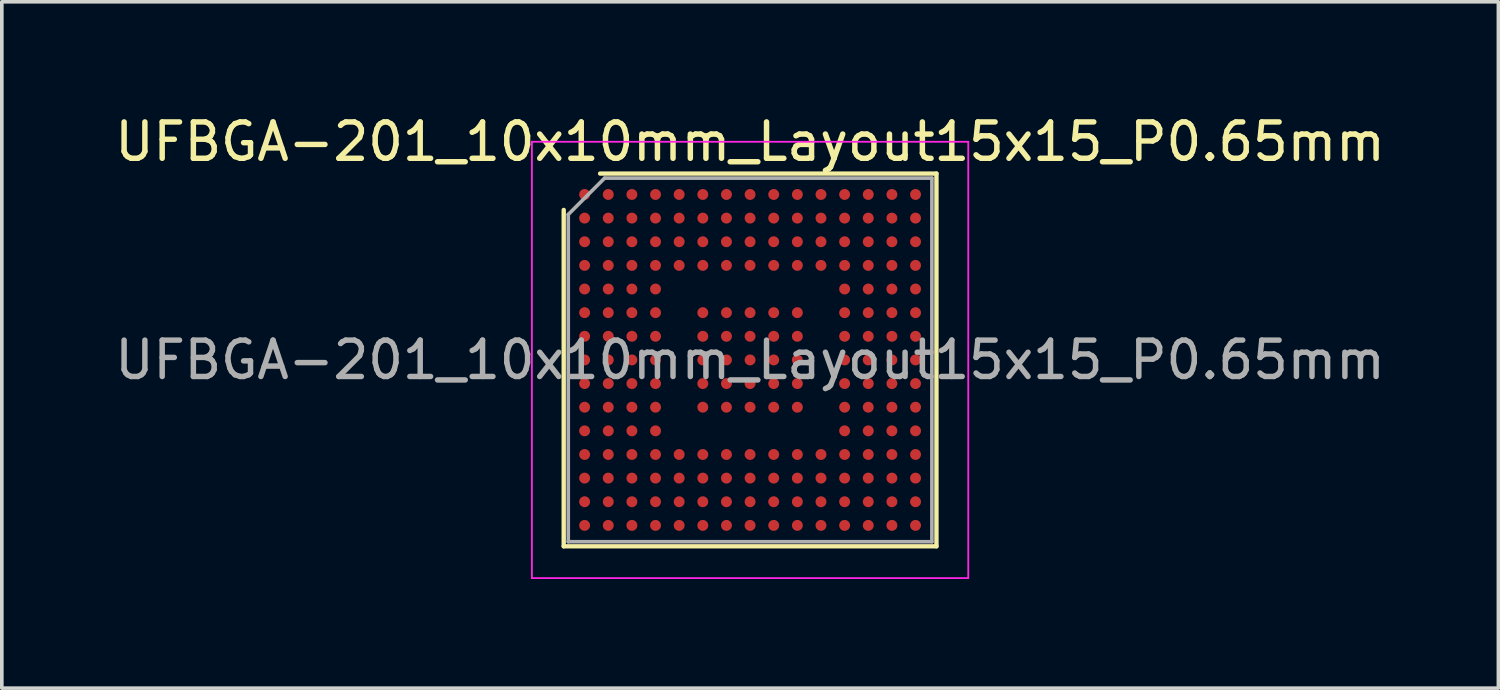
<source format=kicad_pcb>
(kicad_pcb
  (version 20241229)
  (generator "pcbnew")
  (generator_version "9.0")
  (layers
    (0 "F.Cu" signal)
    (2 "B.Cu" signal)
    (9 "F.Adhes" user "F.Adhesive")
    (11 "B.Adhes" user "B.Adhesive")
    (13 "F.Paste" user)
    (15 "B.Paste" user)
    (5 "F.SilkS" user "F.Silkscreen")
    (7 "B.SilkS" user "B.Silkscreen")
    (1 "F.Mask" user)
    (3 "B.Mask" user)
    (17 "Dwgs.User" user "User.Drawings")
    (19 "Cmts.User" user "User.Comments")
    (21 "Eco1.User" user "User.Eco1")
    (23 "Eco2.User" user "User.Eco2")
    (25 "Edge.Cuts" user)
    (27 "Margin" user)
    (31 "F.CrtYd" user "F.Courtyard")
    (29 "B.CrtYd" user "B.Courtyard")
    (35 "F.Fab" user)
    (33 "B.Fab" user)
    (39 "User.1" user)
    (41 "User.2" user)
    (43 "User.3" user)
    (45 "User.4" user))
  (footprint "UFBGA-201_10x10mm_Layout15x15_P0.65mm"
    (layer "F.Cu")
    (at 17.577 6.848)
    (property "Reference" "UFBGA-201_10x10mm_Layout15x15_P0.65mm" (at 0 -6 0) (layer "F.SilkS") (effects (font (size 1 1) (thickness 0.15))))
    (attr smd)
    (fp_line (start -5.125 5.125) (end -5.125 -4.125) (stroke (width 0.12) (type solid)) (layer "F.SilkS"))
    (fp_line (start -4.125 -5.125) (end 5.125 -5.125) (stroke (width 0.12) (type solid)) (layer "F.SilkS"))
    (fp_line (start 5.125 -5.125) (end 5.125 5.125) (stroke (width 0.12) (type solid)) (layer "F.SilkS"))
    (fp_line (start 5.125 5.125) (end -5.125 5.125) (stroke (width 0.12) (type solid)) (layer "F.SilkS"))
    (fp_line (start -6 -6) (end -6 6) (stroke (width 0.05) (type solid)) (layer "F.CrtYd"))
    (fp_line (start -6 6) (end 6 6) (stroke (width 0.05) (type solid)) (layer "F.CrtYd"))
    (fp_line (start 6 -6) (end -6 -6) (stroke (width 0.05) (type solid)) (layer "F.CrtYd"))
    (fp_line (start 6 6) (end 6 -6) (stroke (width 0.05) (type solid)) (layer "F.CrtYd"))
    (fp_line (start -5 -4) (end -4 -5) (stroke (width 0.1) (type solid)) (layer "F.Fab"))
    (fp_line (start -5 5) (end -5 -4) (stroke (width 0.1) (type solid)) (layer "F.Fab"))
    (fp_line (start -4 -5) (end 5 -5) (stroke (width 0.1) (type solid)) (layer "F.Fab"))
    (fp_line (start 5 -5) (end 5 5) (stroke (width 0.1) (type solid)) (layer "F.Fab"))
    (fp_line (start 5 5) (end -5 5) (stroke (width 0.1) (type solid)) (layer "F.Fab"))
    (fp_text user "${REFERENCE}" (at 0 0 0) (layer "F.Fab") (effects (font (size 1 1) (thickness 0.15))))
    (pad "A1" smd circle (at -4.55 -4.55) (size 0.3 0.3) (layers "F.Cu" "F.Mask" "F.Paste"))
    (pad "A2" smd circle (at -3.9 -4.55) (size 0.3 0.3) (layers "F.Cu" "F.Mask" "F.Paste"))
    (pad "A3" smd circle (at -3.25 -4.55) (size 0.3 0.3) (layers "F.Cu" "F.Mask" "F.Paste"))
    (pad "A4" smd circle (at -2.6 -4.55) (size 0.3 0.3) (layers "F.Cu" "F.Mask" "F.Paste"))
    (pad "A5" smd circle (at -1.95 -4.55) (size 0.3 0.3) (layers "F.Cu" "F.Mask" "F.Paste"))
    (pad "A6" smd circle (at -1.3 -4.55) (size 0.3 0.3) (layers "F.Cu" "F.Mask" "F.Paste"))
    (pad "A7" smd circle (at -0.65 -4.55) (size 0.3 0.3) (layers "F.Cu" "F.Mask" "F.Paste"))
    (pad "A8" smd circle (at 0 -4.55) (size 0.3 0.3) (layers "F.Cu" "F.Mask" "F.Paste"))
    (pad "A9" smd circle (at 0.65 -4.55) (size 0.3 0.3) (layers "F.Cu" "F.Mask" "F.Paste"))
    (pad "A10" smd circle (at 1.3 -4.55) (size 0.3 0.3) (layers "F.Cu" "F.Mask" "F.Paste"))
    (pad "A11" smd circle (at 1.95 -4.55) (size 0.3 0.3) (layers "F.Cu" "F.Mask" "F.Paste"))
    (pad "A12" smd circle (at 2.6 -4.55) (size 0.3 0.3) (layers "F.Cu" "F.Mask" "F.Paste"))
    (pad "A13" smd circle (at 3.25 -4.55) (size 0.3 0.3) (layers "F.Cu" "F.Mask" "F.Paste"))
    (pad "A14" smd circle (at 3.9 -4.55) (size 0.3 0.3) (layers "F.Cu" "F.Mask" "F.Paste"))
    (pad "A15" smd circle (at 4.55 -4.55) (size 0.3 0.3) (layers "F.Cu" "F.Mask" "F.Paste"))
    (pad "B1" smd circle (at -4.55 -3.9) (size 0.3 0.3) (layers "F.Cu" "F.Mask" "F.Paste"))
    (pad "B2" smd circle (at -3.9 -3.9) (size 0.3 0.3) (layers "F.Cu" "F.Mask" "F.Paste"))
    (pad "B3" smd circle (at -3.25 -3.9) (size 0.3 0.3) (layers "F.Cu" "F.Mask" "F.Paste"))
    (pad "B4" smd circle (at -2.6 -3.9) (size 0.3 0.3) (layers "F.Cu" "F.Mask" "F.Paste"))
    (pad "B5" smd circle (at -1.95 -3.9) (size 0.3 0.3) (layers "F.Cu" "F.Mask" "F.Paste"))
    (pad "B6" smd circle (at -1.3 -3.9) (size 0.3 0.3) (layers "F.Cu" "F.Mask" "F.Paste"))
    (pad "B7" smd circle (at -0.65 -3.9) (size 0.3 0.3) (layers "F.Cu" "F.Mask" "F.Paste"))
    (pad "B8" smd circle (at 0 -3.9) (size 0.3 0.3) (layers "F.Cu" "F.Mask" "F.Paste"))
    (pad "B9" smd circle (at 0.65 -3.9) (size 0.3 0.3) (layers "F.Cu" "F.Mask" "F.Paste"))
    (pad "B10" smd circle (at 1.3 -3.9) (size 0.3 0.3) (layers "F.Cu" "F.Mask" "F.Paste"))
    (pad "B11" smd circle (at 1.95 -3.9) (size 0.3 0.3) (layers "F.Cu" "F.Mask" "F.Paste"))
    (pad "B12" smd circle (at 2.6 -3.9) (size 0.3 0.3) (layers "F.Cu" "F.Mask" "F.Paste"))
    (pad "B13" smd circle (at 3.25 -3.9) (size 0.3 0.3) (layers "F.Cu" "F.Mask" "F.Paste"))
    (pad "B14" smd circle (at 3.9 -3.9) (size 0.3 0.3) (layers "F.Cu" "F.Mask" "F.Paste"))
    (pad "B15" smd circle (at 4.55 -3.9) (size 0.3 0.3) (layers "F.Cu" "F.Mask" "F.Paste"))
    (pad "C1" smd circle (at -4.55 -3.25) (size 0.3 0.3) (layers "F.Cu" "F.Mask" "F.Paste"))
    (pad "C2" smd circle (at -3.9 -3.25) (size 0.3 0.3) (layers "F.Cu" "F.Mask" "F.Paste"))
    (pad "C3" smd circle (at -3.25 -3.25) (size 0.3 0.3) (layers "F.Cu" "F.Mask" "F.Paste"))
    (pad "C4" smd circle (at -2.6 -3.25) (size 0.3 0.3) (layers "F.Cu" "F.Mask" "F.Paste"))
    (pad "C5" smd circle (at -1.95 -3.25) (size 0.3 0.3) (layers "F.Cu" "F.Mask" "F.Paste"))
    (pad "C6" smd circle (at -1.3 -3.25) (size 0.3 0.3) (layers "F.Cu" "F.Mask" "F.Paste"))
    (pad "C7" smd circle (at -0.65 -3.25) (size 0.3 0.3) (layers "F.Cu" "F.Mask" "F.Paste"))
    (pad "C8" smd circle (at 0 -3.25) (size 0.3 0.3) (layers "F.Cu" "F.Mask" "F.Paste"))
    (pad "C9" smd circle (at 0.65 -3.25) (size 0.3 0.3) (layers "F.Cu" "F.Mask" "F.Paste"))
    (pad "C10" smd circle (at 1.3 -3.25) (size 0.3 0.3) (layers "F.Cu" "F.Mask" "F.Paste"))
    (pad "C11" smd circle (at 1.95 -3.25) (size 0.3 0.3) (layers "F.Cu" "F.Mask" "F.Paste"))
    (pad "C12" smd circle (at 2.6 -3.25) (size 0.3 0.3) (layers "F.Cu" "F.Mask" "F.Paste"))
    (pad "C13" smd circle (at 3.25 -3.25) (size 0.3 0.3) (layers "F.Cu" "F.Mask" "F.Paste"))
    (pad "C14" smd circle (at 3.9 -3.25) (size 0.3 0.3) (layers "F.Cu" "F.Mask" "F.Paste"))
    (pad "C15" smd circle (at 4.55 -3.25) (size 0.3 0.3) (layers "F.Cu" "F.Mask" "F.Paste"))
    (pad "D1" smd circle (at -4.55 -2.6) (size 0.3 0.3) (layers "F.Cu" "F.Mask" "F.Paste"))
    (pad "D2" smd circle (at -3.9 -2.6) (size 0.3 0.3) (layers "F.Cu" "F.Mask" "F.Paste"))
    (pad "D3" smd circle (at -3.25 -2.6) (size 0.3 0.3) (layers "F.Cu" "F.Mask" "F.Paste"))
    (pad "D4" smd circle (at -2.6 -2.6) (size 0.3 0.3) (layers "F.Cu" "F.Mask" "F.Paste"))
    (pad "D5" smd circle (at -1.95 -2.6) (size 0.3 0.3) (layers "F.Cu" "F.Mask" "F.Paste"))
    (pad "D6" smd circle (at -1.3 -2.6) (size 0.3 0.3) (layers "F.Cu" "F.Mask" "F.Paste"))
    (pad "D7" smd circle (at -0.65 -2.6) (size 0.3 0.3) (layers "F.Cu" "F.Mask" "F.Paste"))
    (pad "D8" smd circle (at 0 -2.6) (size 0.3 0.3) (layers "F.Cu" "F.Mask" "F.Paste"))
    (pad "D9" smd circle (at 0.65 -2.6) (size 0.3 0.3) (layers "F.Cu" "F.Mask" "F.Paste"))
    (pad "D10" smd circle (at 1.3 -2.6) (size 0.3 0.3) (layers "F.Cu" "F.Mask" "F.Paste"))
    (pad "D11" smd circle (at 1.95 -2.6) (size 0.3 0.3) (layers "F.Cu" "F.Mask" "F.Paste"))
    (pad "D12" smd circle (at 2.6 -2.6) (size 0.3 0.3) (layers "F.Cu" "F.Mask" "F.Paste"))
    (pad "D13" smd circle (at 3.25 -2.6) (size 0.3 0.3) (layers "F.Cu" "F.Mask" "F.Paste"))
    (pad "D14" smd circle (at 3.9 -2.6) (size 0.3 0.3) (layers "F.Cu" "F.Mask" "F.Paste"))
    (pad "D15" smd circle (at 4.55 -2.6) (size 0.3 0.3) (layers "F.Cu" "F.Mask" "F.Paste"))
    (pad "E1" smd circle (at -4.55 -1.95) (size 0.3 0.3) (layers "F.Cu" "F.Mask" "F.Paste"))
    (pad "E2" smd circle (at -3.9 -1.95) (size 0.3 0.3) (layers "F.Cu" "F.Mask" "F.Paste"))
    (pad "E3" smd circle (at -3.25 -1.95) (size 0.3 0.3) (layers "F.Cu" "F.Mask" "F.Paste"))
    (pad "E4" smd circle (at -2.6 -1.95) (size 0.3 0.3) (layers "F.Cu" "F.Mask" "F.Paste"))
    (pad "E12" smd circle (at 2.6 -1.95) (size 0.3 0.3) (layers "F.Cu" "F.Mask" "F.Paste"))
    (pad "E13" smd circle (at 3.25 -1.95) (size 0.3 0.3) (layers "F.Cu" "F.Mask" "F.Paste"))
    (pad "E14" smd circle (at 3.9 -1.95) (size 0.3 0.3) (layers "F.Cu" "F.Mask" "F.Paste"))
    (pad "E15" smd circle (at 4.55 -1.95) (size 0.3 0.3) (layers "F.Cu" "F.Mask" "F.Paste"))
    (pad "F1" smd circle (at -4.55 -1.3) (size 0.3 0.3) (layers "F.Cu" "F.Mask" "F.Paste"))
    (pad "F2" smd circle (at -3.9 -1.3) (size 0.3 0.3) (layers "F.Cu" "F.Mask" "F.Paste"))
    (pad "F3" smd circle (at -3.25 -1.3) (size 0.3 0.3) (layers "F.Cu" "F.Mask" "F.Paste"))
    (pad "F4" smd circle (at -2.6 -1.3) (size 0.3 0.3) (layers "F.Cu" "F.Mask" "F.Paste"))
    (pad "F6" smd circle (at -1.3 -1.3) (size 0.3 0.3) (layers "F.Cu" "F.Mask" "F.Paste"))
    (pad "F7" smd circle (at -0.65 -1.3) (size 0.3 0.3) (layers "F.Cu" "F.Mask" "F.Paste"))
    (pad "F8" smd circle (at 0 -1.3) (size 0.3 0.3) (layers "F.Cu" "F.Mask" "F.Paste"))
    (pad "F9" smd circle (at 0.65 -1.3) (size 0.3 0.3) (layers "F.Cu" "F.Mask" "F.Paste"))
    (pad "F10" smd circle (at 1.3 -1.3) (size 0.3 0.3) (layers "F.Cu" "F.Mask" "F.Paste"))
    (pad "F12" smd circle (at 2.6 -1.3) (size 0.3 0.3) (layers "F.Cu" "F.Mask" "F.Paste"))
    (pad "F13" smd circle (at 3.25 -1.3) (size 0.3 0.3) (layers "F.Cu" "F.Mask" "F.Paste"))
    (pad "F14" smd circle (at 3.9 -1.3) (size 0.3 0.3) (layers "F.Cu" "F.Mask" "F.Paste"))
    (pad "F15" smd circle (at 4.55 -1.3) (size 0.3 0.3) (layers "F.Cu" "F.Mask" "F.Paste"))
    (pad "G1" smd circle (at -4.55 -0.65) (size 0.3 0.3) (layers "F.Cu" "F.Mask" "F.Paste"))
    (pad "G2" smd circle (at -3.9 -0.65) (size 0.3 0.3) (layers "F.Cu" "F.Mask" "F.Paste"))
    (pad "G3" smd circle (at -3.25 -0.65) (size 0.3 0.3) (layers "F.Cu" "F.Mask" "F.Paste"))
    (pad "G4" smd circle (at -2.6 -0.65) (size 0.3 0.3) (layers "F.Cu" "F.Mask" "F.Paste"))
    (pad "G6" smd circle (at -1.3 -0.65) (size 0.3 0.3) (layers "F.Cu" "F.Mask" "F.Paste"))
    (pad "G7" smd circle (at -0.65 -0.65) (size 0.3 0.3) (layers "F.Cu" "F.Mask" "F.Paste"))
    (pad "G8" smd circle (at 0 -0.65) (size 0.3 0.3) (layers "F.Cu" "F.Mask" "F.Paste"))
    (pad "G9" smd circle (at 0.65 -0.65) (size 0.3 0.3) (layers "F.Cu" "F.Mask" "F.Paste"))
    (pad "G10" smd circle (at 1.3 -0.65) (size 0.3 0.3) (layers "F.Cu" "F.Mask" "F.Paste"))
    (pad "G12" smd circle (at 2.6 -0.65) (size 0.3 0.3) (layers "F.Cu" "F.Mask" "F.Paste"))
    (pad "G13" smd circle (at 3.25 -0.65) (size 0.3 0.3) (layers "F.Cu" "F.Mask" "F.Paste"))
    (pad "G14" smd circle (at 3.9 -0.65) (size 0.3 0.3) (layers "F.Cu" "F.Mask" "F.Paste"))
    (pad "G15" smd circle (at 4.55 -0.65) (size 0.3 0.3) (layers "F.Cu" "F.Mask" "F.Paste"))
    (pad "H1" smd circle (at -4.55 0) (size 0.3 0.3) (layers "F.Cu" "F.Mask" "F.Paste"))
    (pad "H2" smd circle (at -3.9 0) (size 0.3 0.3) (layers "F.Cu" "F.Mask" "F.Paste"))
    (pad "H3" smd circle (at -3.25 0) (size 0.3 0.3) (layers "F.Cu" "F.Mask" "F.Paste"))
    (pad "H4" smd circle (at -2.6 0) (size 0.3 0.3) (layers "F.Cu" "F.Mask" "F.Paste"))
    (pad "H6" smd circle (at -1.3 0) (size 0.3 0.3) (layers "F.Cu" "F.Mask" "F.Paste"))
    (pad "H7" smd circle (at -0.65 0) (size 0.3 0.3) (layers "F.Cu" "F.Mask" "F.Paste"))
    (pad "H8" smd circle (at 0 0) (size 0.3 0.3) (layers "F.Cu" "F.Mask" "F.Paste"))
    (pad "H9" smd circle (at 0.65 0) (size 0.3 0.3) (layers "F.Cu" "F.Mask" "F.Paste"))
    (pad "H10" smd circle (at 1.3 0) (size 0.3 0.3) (layers "F.Cu" "F.Mask" "F.Paste"))
    (pad "H12" smd circle (at 2.6 0) (size 0.3 0.3) (layers "F.Cu" "F.Mask" "F.Paste"))
    (pad "H13" smd circle (at 3.25 0) (size 0.3 0.3) (layers "F.Cu" "F.Mask" "F.Paste"))
    (pad "H14" smd circle (at 3.9 0) (size 0.3 0.3) (layers "F.Cu" "F.Mask" "F.Paste"))
    (pad "H15" smd circle (at 4.55 0) (size 0.3 0.3) (layers "F.Cu" "F.Mask" "F.Paste"))
    (pad "J1" smd circle (at -4.55 0.65) (size 0.3 0.3) (layers "F.Cu" "F.Mask" "F.Paste"))
    (pad "J2" smd circle (at -3.9 0.65) (size 0.3 0.3) (layers "F.Cu" "F.Mask" "F.Paste"))
    (pad "J3" smd circle (at -3.25 0.65) (size 0.3 0.3) (layers "F.Cu" "F.Mask" "F.Paste"))
    (pad "J4" smd circle (at -2.6 0.65) (size 0.3 0.3) (layers "F.Cu" "F.Mask" "F.Paste"))
    (pad "J6" smd circle (at -1.3 0.65) (size 0.3 0.3) (layers "F.Cu" "F.Mask" "F.Paste"))
    (pad "J7" smd circle (at -0.65 0.65) (size 0.3 0.3) (layers "F.Cu" "F.Mask" "F.Paste"))
    (pad "J8" smd circle (at 0 0.65) (size 0.3 0.3) (layers "F.Cu" "F.Mask" "F.Paste"))
    (pad "J9" smd circle (at 0.65 0.65) (size 0.3 0.3) (layers "F.Cu" "F.Mask" "F.Paste"))
    (pad "J10" smd circle (at 1.3 0.65) (size 0.3 0.3) (layers "F.Cu" "F.Mask" "F.Paste"))
    (pad "J12" smd circle (at 2.6 0.65) (size 0.3 0.3) (layers "F.Cu" "F.Mask" "F.Paste"))
    (pad "J13" smd circle (at 3.25 0.65) (size 0.3 0.3) (layers "F.Cu" "F.Mask" "F.Paste"))
    (pad "J14" smd circle (at 3.9 0.65) (size 0.3 0.3) (layers "F.Cu" "F.Mask" "F.Paste"))
    (pad "J15" smd circle (at 4.55 0.65) (size 0.3 0.3) (layers "F.Cu" "F.Mask" "F.Paste"))
    (pad "K1" smd circle (at -4.55 1.3) (size 0.3 0.3) (layers "F.Cu" "F.Mask" "F.Paste"))
    (pad "K2" smd circle (at -3.9 1.3) (size 0.3 0.3) (layers "F.Cu" "F.Mask" "F.Paste"))
    (pad "K3" smd circle (at -3.25 1.3) (size 0.3 0.3) (layers "F.Cu" "F.Mask" "F.Paste"))
    (pad "K4" smd circle (at -2.6 1.3) (size 0.3 0.3) (layers "F.Cu" "F.Mask" "F.Paste"))
    (pad "K6" smd circle (at -1.3 1.3) (size 0.3 0.3) (layers "F.Cu" "F.Mask" "F.Paste"))
    (pad "K7" smd circle (at -0.65 1.3) (size 0.3 0.3) (layers "F.Cu" "F.Mask" "F.Paste"))
    (pad "K8" smd circle (at 0 1.3) (size 0.3 0.3) (layers "F.Cu" "F.Mask" "F.Paste"))
    (pad "K9" smd circle (at 0.65 1.3) (size 0.3 0.3) (layers "F.Cu" "F.Mask" "F.Paste"))
    (pad "K10" smd circle (at 1.3 1.3) (size 0.3 0.3) (layers "F.Cu" "F.Mask" "F.Paste"))
    (pad "K12" smd circle (at 2.6 1.3) (size 0.3 0.3) (layers "F.Cu" "F.Mask" "F.Paste"))
    (pad "K13" smd circle (at 3.25 1.3) (size 0.3 0.3) (layers "F.Cu" "F.Mask" "F.Paste"))
    (pad "K14" smd circle (at 3.9 1.3) (size 0.3 0.3) (layers "F.Cu" "F.Mask" "F.Paste"))
    (pad "K15" smd circle (at 4.55 1.3) (size 0.3 0.3) (layers "F.Cu" "F.Mask" "F.Paste"))
    (pad "L1" smd circle (at -4.55 1.95) (size 0.3 0.3) (layers "F.Cu" "F.Mask" "F.Paste"))
    (pad "L2" smd circle (at -3.9 1.95) (size 0.3 0.3) (layers "F.Cu" "F.Mask" "F.Paste"))
    (pad "L3" smd circle (at -3.25 1.95) (size 0.3 0.3) (layers "F.Cu" "F.Mask" "F.Paste"))
    (pad "L4" smd circle (at -2.6 1.95) (size 0.3 0.3) (layers "F.Cu" "F.Mask" "F.Paste"))
    (pad "L12" smd circle (at 2.6 1.95) (size 0.3 0.3) (layers "F.Cu" "F.Mask" "F.Paste"))
    (pad "L13" smd circle (at 3.25 1.95) (size 0.3 0.3) (layers "F.Cu" "F.Mask" "F.Paste"))
    (pad "L14" smd circle (at 3.9 1.95) (size 0.3 0.3) (layers "F.Cu" "F.Mask" "F.Paste"))
    (pad "L15" smd circle (at 4.55 1.95) (size 0.3 0.3) (layers "F.Cu" "F.Mask" "F.Paste"))
    (pad "M1" smd circle (at -4.55 2.6) (size 0.3 0.3) (layers "F.Cu" "F.Mask" "F.Paste"))
    (pad "M2" smd circle (at -3.9 2.6) (size 0.3 0.3) (layers "F.Cu" "F.Mask" "F.Paste"))
    (pad "M3" smd circle (at -3.25 2.6) (size 0.3 0.3) (layers "F.Cu" "F.Mask" "F.Paste"))
    (pad "M4" smd circle (at -2.6 2.6) (size 0.3 0.3) (layers "F.Cu" "F.Mask" "F.Paste"))
    (pad "M5" smd circle (at -1.95 2.6) (size 0.3 0.3) (layers "F.Cu" "F.Mask" "F.Paste"))
    (pad "M6" smd circle (at -1.3 2.6) (size 0.3 0.3) (layers "F.Cu" "F.Mask" "F.Paste"))
    (pad "M7" smd circle (at -0.65 2.6) (size 0.3 0.3) (layers "F.Cu" "F.Mask" "F.Paste"))
    (pad "M8" smd circle (at 0 2.6) (size 0.3 0.3) (layers "F.Cu" "F.Mask" "F.Paste"))
    (pad "M9" smd circle (at 0.65 2.6) (size 0.3 0.3) (layers "F.Cu" "F.Mask" "F.Paste"))
    (pad "M10" smd circle (at 1.3 2.6) (size 0.3 0.3) (layers "F.Cu" "F.Mask" "F.Paste"))
    (pad "M11" smd circle (at 1.95 2.6) (size 0.3 0.3) (layers "F.Cu" "F.Mask" "F.Paste"))
    (pad "M12" smd circle (at 2.6 2.6) (size 0.3 0.3) (layers "F.Cu" "F.Mask" "F.Paste"))
    (pad "M13" smd circle (at 3.25 2.6) (size 0.3 0.3) (layers "F.Cu" "F.Mask" "F.Paste"))
    (pad "M14" smd circle (at 3.9 2.6) (size 0.3 0.3) (layers "F.Cu" "F.Mask" "F.Paste"))
    (pad "M15" smd circle (at 4.55 2.6) (size 0.3 0.3) (layers "F.Cu" "F.Mask" "F.Paste"))
    (pad "N1" smd circle (at -4.55 3.25) (size 0.3 0.3) (layers "F.Cu" "F.Mask" "F.Paste"))
    (pad "N2" smd circle (at -3.9 3.25) (size 0.3 0.3) (layers "F.Cu" "F.Mask" "F.Paste"))
    (pad "N3" smd circle (at -3.25 3.25) (size 0.3 0.3) (layers "F.Cu" "F.Mask" "F.Paste"))
    (pad "N4" smd circle (at -2.6 3.25) (size 0.3 0.3) (layers "F.Cu" "F.Mask" "F.Paste"))
    (pad "N5" smd circle (at -1.95 3.25) (size 0.3 0.3) (layers "F.Cu" "F.Mask" "F.Paste"))
    (pad "N6" smd circle (at -1.3 3.25) (size 0.3 0.3) (layers "F.Cu" "F.Mask" "F.Paste"))
    (pad "N7" smd circle (at -0.65 3.25) (size 0.3 0.3) (layers "F.Cu" "F.Mask" "F.Paste"))
    (pad "N8" smd circle (at 0 3.25) (size 0.3 0.3) (layers "F.Cu" "F.Mask" "F.Paste"))
    (pad "N9" smd circle (at 0.65 3.25) (size 0.3 0.3) (layers "F.Cu" "F.Mask" "F.Paste"))
    (pad "N10" smd circle (at 1.3 3.25) (size 0.3 0.3) (layers "F.Cu" "F.Mask" "F.Paste"))
    (pad "N11" smd circle (at 1.95 3.25) (size 0.3 0.3) (layers "F.Cu" "F.Mask" "F.Paste"))
    (pad "N12" smd circle (at 2.6 3.25) (size 0.3 0.3) (layers "F.Cu" "F.Mask" "F.Paste"))
    (pad "N13" smd circle (at 3.25 3.25) (size 0.3 0.3) (layers "F.Cu" "F.Mask" "F.Paste"))
    (pad "N14" smd circle (at 3.9 3.25) (size 0.3 0.3) (layers "F.Cu" "F.Mask" "F.Paste"))
    (pad "N15" smd circle (at 4.55 3.25) (size 0.3 0.3) (layers "F.Cu" "F.Mask" "F.Paste"))
    (pad "P1" smd circle (at -4.55 3.9) (size 0.3 0.3) (layers "F.Cu" "F.Mask" "F.Paste"))
    (pad "P2" smd circle (at -3.9 3.9) (size 0.3 0.3) (layers "F.Cu" "F.Mask" "F.Paste"))
    (pad "P3" smd circle (at -3.25 3.9) (size 0.3 0.3) (layers "F.Cu" "F.Mask" "F.Paste"))
    (pad "P4" smd circle (at -2.6 3.9) (size 0.3 0.3) (layers "F.Cu" "F.Mask" "F.Paste"))
    (pad "P5" smd circle (at -1.95 3.9) (size 0.3 0.3) (layers "F.Cu" "F.Mask" "F.Paste"))
    (pad "P6" smd circle (at -1.3 3.9) (size 0.3 0.3) (layers "F.Cu" "F.Mask" "F.Paste"))
    (pad "P7" smd circle (at -0.65 3.9) (size 0.3 0.3) (layers "F.Cu" "F.Mask" "F.Paste"))
    (pad "P8" smd circle (at 0 3.9) (size 0.3 0.3) (layers "F.Cu" "F.Mask" "F.Paste"))
    (pad "P9" smd circle (at 0.65 3.9) (size 0.3 0.3) (layers "F.Cu" "F.Mask" "F.Paste"))
    (pad "P10" smd circle (at 1.3 3.9) (size 0.3 0.3) (layers "F.Cu" "F.Mask" "F.Paste"))
    (pad "P11" smd circle (at 1.95 3.9) (size 0.3 0.3) (layers "F.Cu" "F.Mask" "F.Paste"))
    (pad "P12" smd circle (at 2.6 3.9) (size 0.3 0.3) (layers "F.Cu" "F.Mask" "F.Paste"))
    (pad "P13" smd circle (at 3.25 3.9) (size 0.3 0.3) (layers "F.Cu" "F.Mask" "F.Paste"))
    (pad "P14" smd circle (at 3.9 3.9) (size 0.3 0.3) (layers "F.Cu" "F.Mask" "F.Paste"))
    (pad "P15" smd circle (at 4.55 3.9) (size 0.3 0.3) (layers "F.Cu" "F.Mask" "F.Paste"))
    (pad "R1" smd circle (at -4.55 4.55) (size 0.3 0.3) (layers "F.Cu" "F.Mask" "F.Paste"))
    (pad "R2" smd circle (at -3.9 4.55) (size 0.3 0.3) (layers "F.Cu" "F.Mask" "F.Paste"))
    (pad "R3" smd circle (at -3.25 4.55) (size 0.3 0.3) (layers "F.Cu" "F.Mask" "F.Paste"))
    (pad "R4" smd circle (at -2.6 4.55) (size 0.3 0.3) (layers "F.Cu" "F.Mask" "F.Paste"))
    (pad "R5" smd circle (at -1.95 4.55) (size 0.3 0.3) (layers "F.Cu" "F.Mask" "F.Paste"))
    (pad "R6" smd circle (at -1.3 4.55) (size 0.3 0.3) (layers "F.Cu" "F.Mask" "F.Paste"))
    (pad "R7" smd circle (at -0.65 4.55) (size 0.3 0.3) (layers "F.Cu" "F.Mask" "F.Paste"))
    (pad "R8" smd circle (at 0 4.55) (size 0.3 0.3) (layers "F.Cu" "F.Mask" "F.Paste"))
    (pad "R9" smd circle (at 0.65 4.55) (size 0.3 0.3) (layers "F.Cu" "F.Mask" "F.Paste"))
    (pad "R10" smd circle (at 1.3 4.55) (size 0.3 0.3) (layers "F.Cu" "F.Mask" "F.Paste"))
    (pad "R11" smd circle (at 1.95 4.55) (size 0.3 0.3) (layers "F.Cu" "F.Mask" "F.Paste"))
    (pad "R12" smd circle (at 2.6 4.55) (size 0.3 0.3) (layers "F.Cu" "F.Mask" "F.Paste"))
    (pad "R13" smd circle (at 3.25 4.55) (size 0.3 0.3) (layers "F.Cu" "F.Mask" "F.Paste"))
    (pad "R14" smd circle (at 3.9 4.55) (size 0.3 0.3) (layers "F.Cu" "F.Mask" "F.Paste"))
    (pad "R15" smd circle (at 4.55 4.55) (size 0.3 0.3) (layers "F.Cu" "F.Mask" "F.Paste")))
  (gr_rect
    (start -3 -3)
    (end 38.155 15.873)
    (stroke (width 0.1) (type default))
    (fill no)
    (layer "Edge.Cuts")))
</source>
